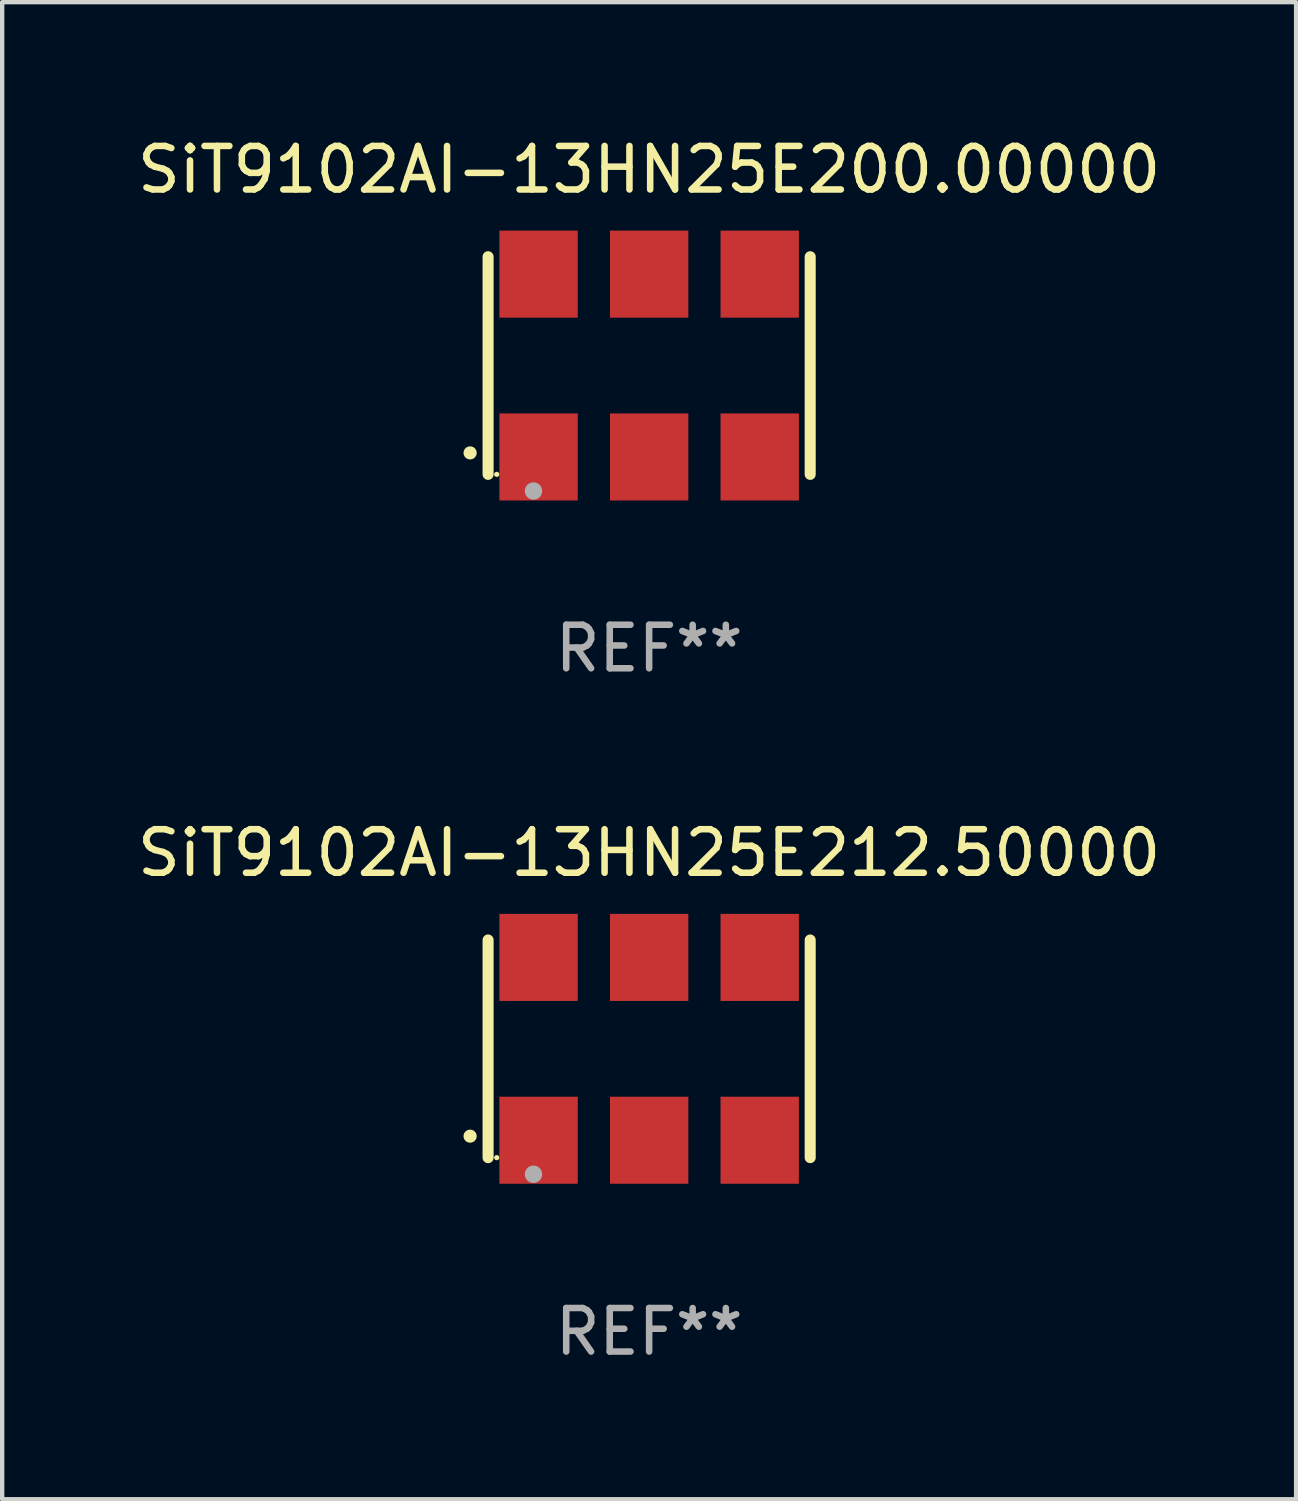
<source format=kicad_pcb>
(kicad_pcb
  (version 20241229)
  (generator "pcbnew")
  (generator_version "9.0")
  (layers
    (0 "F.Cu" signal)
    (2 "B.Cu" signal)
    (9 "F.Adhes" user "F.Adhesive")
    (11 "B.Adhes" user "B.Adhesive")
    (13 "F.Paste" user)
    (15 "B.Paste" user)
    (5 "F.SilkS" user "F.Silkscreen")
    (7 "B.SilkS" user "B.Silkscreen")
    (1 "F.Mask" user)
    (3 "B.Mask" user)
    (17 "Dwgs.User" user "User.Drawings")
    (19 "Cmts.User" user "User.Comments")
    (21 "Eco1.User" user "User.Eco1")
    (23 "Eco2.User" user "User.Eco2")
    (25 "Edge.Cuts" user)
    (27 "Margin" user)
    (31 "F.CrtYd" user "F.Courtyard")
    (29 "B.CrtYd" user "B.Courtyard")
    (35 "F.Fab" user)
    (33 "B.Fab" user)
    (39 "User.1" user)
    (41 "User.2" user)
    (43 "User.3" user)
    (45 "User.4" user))
  (footprint "SiT9102AI-13HN25E200.00000"
    (layer "F.Cu")
    (at 11.863 5.348)
    (property "Reference" "SiT9102AI-13HN25E200.00000" (at 0 -4.5 0) (layer "F.SilkS") (effects (font (size 1 1) (thickness 0.15))))
    (attr through_hole)
    (fp_line (start -3.7 -2.5) (end -3.7 2.5) (stroke (width 0.254) (type solid)) (layer "F.SilkS"))
    (fp_line (start 3.7 -2.5) (end 3.7 2.5) (stroke (width 0.254) (type solid)) (layer "F.SilkS"))
    (fp_arc (start -4.114415 2.006604) (mid -4.113145 2.006599) (end -4.111875 2.006604) (stroke (width 0.3) (type solid)) (layer "F.SilkS"))
    (fp_circle (center -3.502 2.5) (end -3.472 2.5) (stroke (width 0.06) (type solid)) (fill no) (layer "F.SilkS"))
    (fp_circle (center -2.657 2.882) (end -2.557 2.882) (stroke (width 0.2) (type solid)) (fill no) (layer "F.Fab"))
    (fp_text user "REF**" (at 0 6.5 0) (layer "F.Fab") (effects (font (size 1 1) (thickness 0.15))))
    (pad "1" smd rect (at -2.54 2.1) (size 1.8 2) (layers "F.Cu" "F.Mask" "F.Paste"))
    (pad "2" smd rect (at 0.000394 2.1) (size 1.8 2) (layers "F.Cu" "F.Mask" "F.Paste"))
    (pad "3" smd rect (at 2.54 2.1) (size 1.8 2) (layers "F.Cu" "F.Mask" "F.Paste"))
    (pad "4" smd rect (at 2.54 -2.1) (size 1.8 2) (layers "F.Cu" "F.Mask" "F.Paste"))
    (pad "5" smd rect (at 0.000394 -2.1) (size 1.8 2) (layers "F.Cu" "F.Mask" "F.Paste"))
    (pad "6" smd rect (at -2.54 -2.1) (size 1.8 2) (layers "F.Cu" "F.Mask" "F.Paste")))
  (footprint "SiT9102AI-13HN25E212.50000"
    (layer "F.Cu")
    (at 11.863 21.045)
    (property "Reference" "SiT9102AI-13HN25E212.50000" (at 0 -4.5 0) (layer "F.SilkS") (effects (font (size 1 1) (thickness 0.15))))
    (attr through_hole)
    (fp_line (start -3.7 -2.5) (end -3.7 2.5) (stroke (width 0.254) (type solid)) (layer "F.SilkS"))
    (fp_line (start 3.7 -2.5) (end 3.7 2.5) (stroke (width 0.254) (type solid)) (layer "F.SilkS"))
    (fp_arc (start -4.114415 2.006604) (mid -4.113145 2.006599) (end -4.111875 2.006604) (stroke (width 0.3) (type solid)) (layer "F.SilkS"))
    (fp_circle (center -3.502 2.5) (end -3.472 2.5) (stroke (width 0.06) (type solid)) (fill no) (layer "F.SilkS"))
    (fp_circle (center -2.657 2.882) (end -2.557 2.882) (stroke (width 0.2) (type solid)) (fill no) (layer "F.Fab"))
    (fp_text user "REF**" (at 0 6.5 0) (layer "F.Fab") (effects (font (size 1 1) (thickness 0.15))))
    (pad "1" smd rect (at -2.54 2.1) (size 1.8 2) (layers "F.Cu" "F.Mask" "F.Paste"))
    (pad "2" smd rect (at 0.000394 2.1) (size 1.8 2) (layers "F.Cu" "F.Mask" "F.Paste"))
    (pad "3" smd rect (at 2.54 2.1) (size 1.8 2) (layers "F.Cu" "F.Mask" "F.Paste"))
    (pad "4" smd rect (at 2.54 -2.1) (size 1.8 2) (layers "F.Cu" "F.Mask" "F.Paste"))
    (pad "5" smd rect (at 0.000394 -2.1) (size 1.8 2) (layers "F.Cu" "F.Mask" "F.Paste"))
    (pad "6" smd rect (at -2.54 -2.1) (size 1.8 2) (layers "F.Cu" "F.Mask" "F.Paste")))
  (gr_rect
    (start -3 -3)
    (end 26.726 31.393)
    (stroke (width 0.1) (type default))
    (fill no)
    (layer "Edge.Cuts")))
</source>
